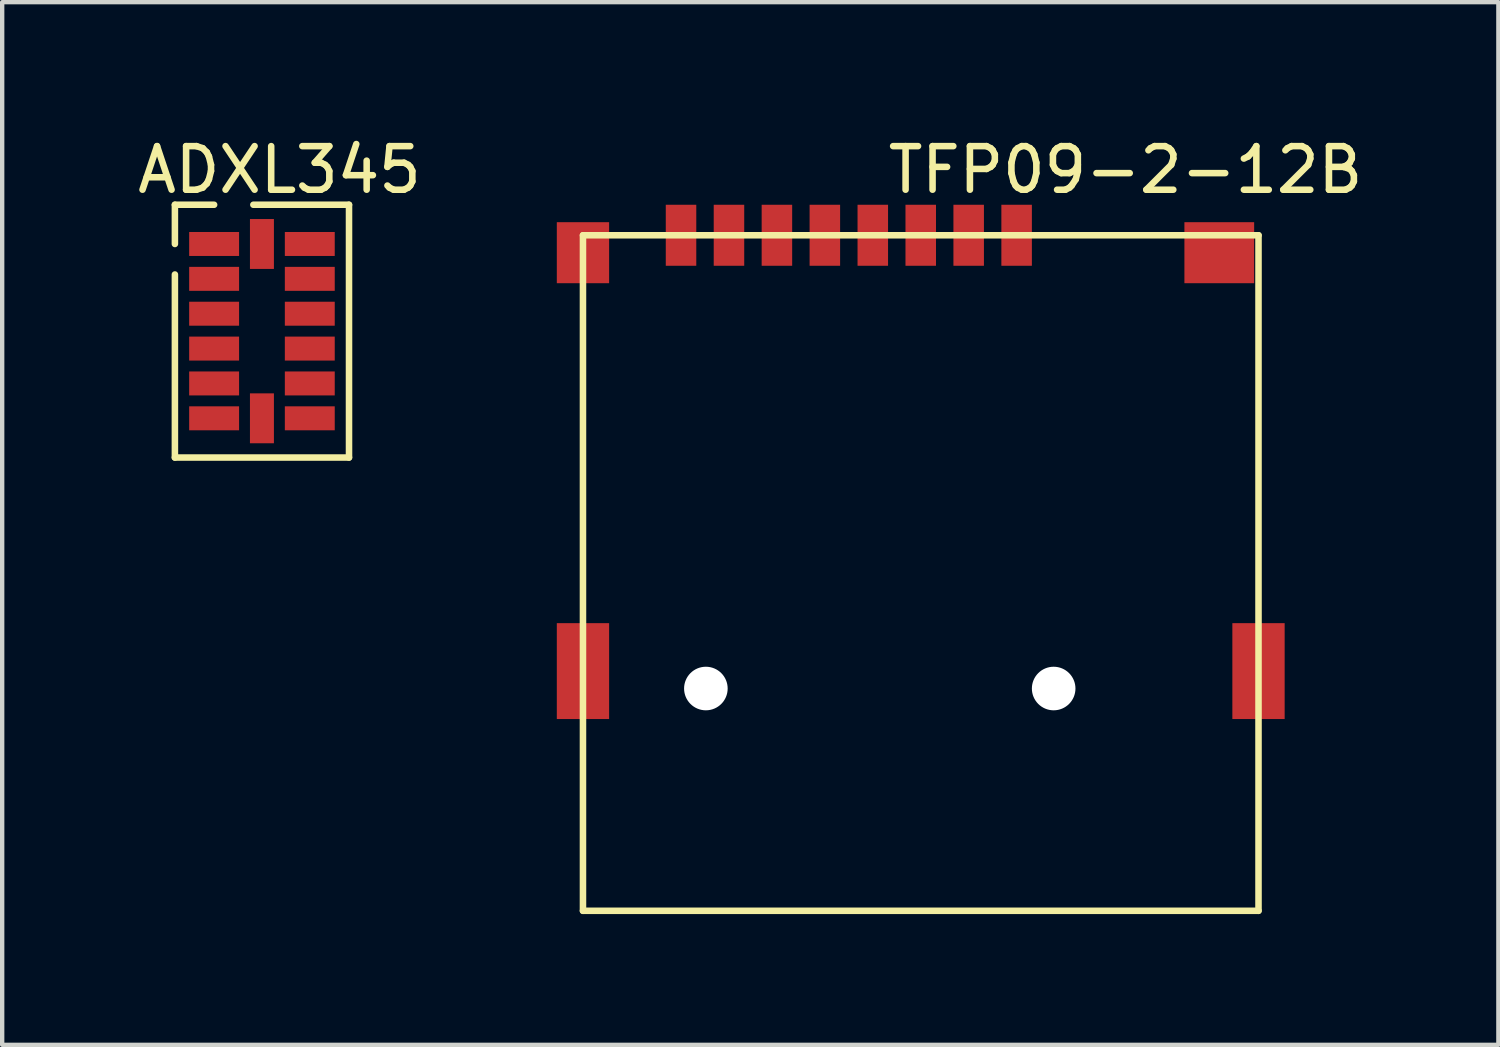
<source format=kicad_pcb>
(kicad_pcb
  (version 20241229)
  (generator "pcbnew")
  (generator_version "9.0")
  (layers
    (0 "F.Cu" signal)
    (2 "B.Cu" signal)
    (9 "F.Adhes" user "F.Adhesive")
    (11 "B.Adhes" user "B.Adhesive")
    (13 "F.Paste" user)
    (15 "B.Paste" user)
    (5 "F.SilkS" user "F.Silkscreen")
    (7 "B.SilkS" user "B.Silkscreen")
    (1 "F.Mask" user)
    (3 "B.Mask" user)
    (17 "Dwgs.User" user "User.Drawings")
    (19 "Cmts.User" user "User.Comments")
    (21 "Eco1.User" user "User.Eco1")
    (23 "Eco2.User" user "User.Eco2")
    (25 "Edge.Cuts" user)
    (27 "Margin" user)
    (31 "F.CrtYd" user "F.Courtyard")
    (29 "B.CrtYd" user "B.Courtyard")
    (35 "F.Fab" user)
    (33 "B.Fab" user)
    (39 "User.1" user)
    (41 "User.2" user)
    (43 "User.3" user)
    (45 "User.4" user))
  (footprint "ADXL345"
    (layer "F.Cu")
    (at 1.863 2.548)
    (property "Reference" "ADXL345" (at 1.5 -1.7 0) (layer "F.SilkS") (effects (font (size 1 1) (thickness 0.15))))
    (attr smd)
    (fp_line (start -0.9 -0.9) (end -0.9 0) (stroke (width 0.15) (type solid)) (layer "F.SilkS"))
    (fp_line (start -0.9 -0.9) (end 0 -0.9) (stroke (width 0.15) (type solid)) (layer "F.SilkS"))
    (fp_line (start -0.9 0.7) (end -0.9 4.9) (stroke (width 0.15) (type solid)) (layer "F.SilkS"))
    (fp_line (start -0.9 4.9) (end 3.095 4.9) (stroke (width 0.15) (type solid)) (layer "F.SilkS"))
    (fp_line (start 0.9 -0.9) (end 3.095 -0.9) (stroke (width 0.15) (type solid)) (layer "F.SilkS"))
    (fp_line (start 3.095 4.9) (end 3.095 -0.9) (stroke (width 0.15) (type solid)) (layer "F.SilkS"))
    (pad "1" smd rect (at 0 0) (size 1.145 0.55) (layers "F.Cu" "F.Mask" "F.Paste"))
    (pad "2" smd rect (at 0 0.8) (size 1.145 0.55) (layers "F.Cu" "F.Mask" "F.Paste"))
    (pad "3" smd rect (at 0 1.6) (size 1.145 0.55) (layers "F.Cu" "F.Mask" "F.Paste"))
    (pad "4" smd rect (at 0 2.4) (size 1.145 0.55) (layers "F.Cu" "F.Mask" "F.Paste"))
    (pad "5" smd rect (at 0 3.2) (size 1.145 0.55) (layers "F.Cu" "F.Mask" "F.Paste"))
    (pad "6" smd rect (at 0 4) (size 1.145 0.55) (layers "F.Cu" "F.Mask" "F.Paste"))
    (pad "7" smd rect (at 1.097 4) (size 0.55 1.145) (layers "F.Cu" "F.Mask" "F.Paste"))
    (pad "8" smd rect (at 2.195 4) (size 1.145 0.55) (layers "F.Cu" "F.Mask" "F.Paste"))
    (pad "9" smd rect (at 2.195 3.2) (size 1.145 0.55) (layers "F.Cu" "F.Mask" "F.Paste"))
    (pad "10" smd rect (at 2.195 2.4) (size 1.145 0.55) (layers "F.Cu" "F.Mask" "F.Paste"))
    (pad "11" smd rect (at 2.195 1.6) (size 1.145 0.55) (layers "F.Cu" "F.Mask" "F.Paste"))
    (pad "12" smd rect (at 2.195 0.8) (size 1.145 0.55) (layers "F.Cu" "F.Mask" "F.Paste"))
    (pad "13" smd rect (at 2.195 0) (size 1.145 0.55) (layers "F.Cu" "F.Mask" "F.Paste"))
    (pad "14" smd rect (at 1.097 0) (size 0.55 1.145) (layers "F.Cu" "F.Mask" "F.Paste")))
  (footprint "TFP09-2-12B"
    (layer "F.Cu")
    (at 20.276 2.348)
    (property "Reference" "TFP09-2-12B" (at 2.5 -1.5 0) (layer "F.SilkS") (effects (font (size 1 1) (thickness 0.15))))
    (attr smd)
    (fp_line (start -9.95 0) (end 5.55 0) (stroke (width 0.15) (type solid)) (layer "F.SilkS"))
    (fp_line (start -9.95 15.5) (end -9.95 0) (stroke (width 0.15) (type solid)) (layer "F.SilkS"))
    (fp_line (start 5.55 0) (end 5.55 15.5) (stroke (width 0.15) (type solid)) (layer "F.SilkS"))
    (fp_line (start 5.55 15.5) (end -9.95 15.5) (stroke (width 0.15) (type solid)) (layer "F.SilkS"))
    (pad "" np_thru_hole circle (at -7.13 10.4) (size 1 1) (drill 1) (layers "*.Cu" "*.Mask"))
    (pad "" np_thru_hole circle (at 0.85 10.4) (size 1 1) (drill 1) (layers "*.Cu" "*.Mask"))
    (pad "1" smd rect (at 0 0) (size 0.7 1.4) (layers "F.Cu" "F.Mask" "F.Paste"))
    (pad "2" smd rect (at -1.1 0) (size 0.7 1.4) (layers "F.Cu" "F.Mask" "F.Paste"))
    (pad "3" smd rect (at -2.2 0) (size 0.7 1.4) (layers "F.Cu" "F.Mask" "F.Paste"))
    (pad "4" smd rect (at -3.3 0) (size 0.7 1.4) (layers "F.Cu" "F.Mask" "F.Paste"))
    (pad "5" smd rect (at -4.4 0) (size 0.7 1.4) (layers "F.Cu" "F.Mask" "F.Paste"))
    (pad "6" smd rect (at -5.5 0) (size 0.7 1.4) (layers "F.Cu" "F.Mask" "F.Paste"))
    (pad "7" smd rect (at -6.6 0) (size 0.7 1.4) (layers "F.Cu" "F.Mask" "F.Paste"))
    (pad "8" smd rect (at -7.7 0) (size 0.7 1.4) (layers "F.Cu" "F.Mask" "F.Paste"))
    (pad "9" smd rect (at -9.95 0.4) (size 1.2 1.4) (layers "F.Cu" "F.Mask" "F.Paste"))
    (pad "9" smd rect (at -9.95 10) (size 1.2 2.2) (layers "F.Cu" "F.Mask" "F.Paste"))
    (pad "9" smd rect (at 4.65 0.4) (size 1.6 1.4) (layers "F.Cu" "F.Mask" "F.Paste"))
    (pad "9" smd rect (at 5.55 10) (size 1.2 2.2) (layers "F.Cu" "F.Mask" "F.Paste")))
  (gr_rect
    (start -3 -3)
    (end 31.33 20.923)
    (stroke (width 0.1) (type default))
    (fill no)
    (layer "Edge.Cuts")))
</source>
